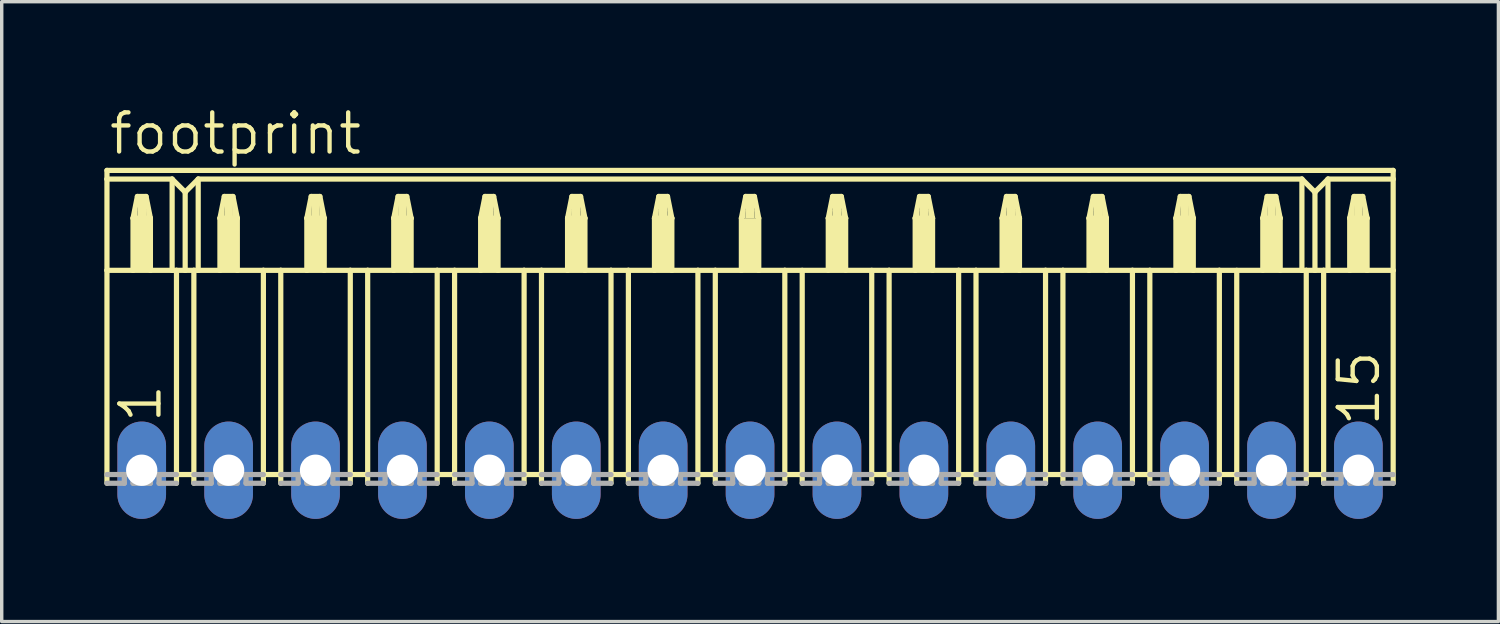
<source format=kicad_pcb>
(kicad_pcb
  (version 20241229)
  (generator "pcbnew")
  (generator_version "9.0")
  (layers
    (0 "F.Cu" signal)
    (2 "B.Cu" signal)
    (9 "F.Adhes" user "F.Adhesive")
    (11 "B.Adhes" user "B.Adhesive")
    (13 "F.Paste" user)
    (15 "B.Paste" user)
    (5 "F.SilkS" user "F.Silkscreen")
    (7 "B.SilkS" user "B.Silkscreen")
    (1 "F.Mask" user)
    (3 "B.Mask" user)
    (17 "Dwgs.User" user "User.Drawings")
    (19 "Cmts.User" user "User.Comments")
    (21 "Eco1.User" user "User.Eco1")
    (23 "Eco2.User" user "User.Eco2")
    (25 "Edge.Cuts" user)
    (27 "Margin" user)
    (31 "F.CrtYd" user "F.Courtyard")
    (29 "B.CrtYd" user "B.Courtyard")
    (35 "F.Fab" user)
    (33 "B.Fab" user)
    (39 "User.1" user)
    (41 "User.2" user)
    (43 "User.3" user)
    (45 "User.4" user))
  (footprint "footprint"
    (layer "F.Cu")
    (at 18.872 10.693)
    (property "Reference" "footprint" (at -18.796 -9.169 0) (layer "F.SilkS") (effects (font (size 1.143 1.143) (thickness 0.127)) (justify left bottom)))
    (fp_line (start -18.796 -8.763) (end -18.796 -8.509) (stroke (width 0.152) (type solid)) (layer "F.SilkS"))
    (fp_line (start -18.796 -8.763) (end 18.796 -8.763) (stroke (width 0.152) (type solid)) (layer "F.SilkS"))
    (fp_line (start -18.796 -8.509) (end -18.796 -5.842) (stroke (width 0.152) (type solid)) (layer "F.SilkS"))
    (fp_line (start -18.796 -8.509) (end -16.891 -8.509) (stroke (width 0.152) (type solid)) (layer "F.SilkS"))
    (fp_line (start -18.796 -5.842) (end -18.796 0.381) (stroke (width 0.152) (type solid)) (layer "F.SilkS"))
    (fp_line (start -18.796 -5.842) (end -18.034 -5.842) (stroke (width 0.152) (type solid)) (layer "F.SilkS"))
    (fp_line (start -18.034 -7.366) (end -18.034 -5.842) (stroke (width 0.152) (type solid)) (layer "F.SilkS"))
    (fp_line (start -18.034 -7.366) (end -17.907 -8.001) (stroke (width 0.152) (type solid)) (layer "F.SilkS"))
    (fp_line (start -18.034 -5.842) (end -17.526 -5.842) (stroke (width 0.152) (type solid)) (layer "F.SilkS"))
    (fp_line (start -17.907 -8.001) (end -17.653 -8.001) (stroke (width 0.152) (type solid)) (layer "F.SilkS"))
    (fp_line (start -17.653 -8.001) (end -17.526 -7.366) (stroke (width 0.152) (type solid)) (layer "F.SilkS"))
    (fp_line (start -17.526 -7.366) (end -18.034 -7.366) (stroke (width 0.152) (type solid)) (layer "F.SilkS"))
    (fp_line (start -17.526 -7.366) (end -17.526 -5.842) (stroke (width 0.152) (type solid)) (layer "F.SilkS"))
    (fp_line (start -17.526 -5.842) (end -16.891 -5.842) (stroke (width 0.152) (type solid)) (layer "F.SilkS"))
    (fp_line (start -16.891 -8.509) (end -16.891 -5.842) (stroke (width 0.152) (type solid)) (layer "F.SilkS"))
    (fp_line (start -16.891 -8.509) (end -16.51 -8.128) (stroke (width 0.152) (type solid)) (layer "F.SilkS"))
    (fp_line (start -16.891 -5.842) (end -16.764 -5.842) (stroke (width 0.152) (type solid)) (layer "F.SilkS"))
    (fp_line (start -16.764 -5.842) (end -16.764 0.127) (stroke (width 0.152) (type solid)) (layer "F.SilkS"))
    (fp_line (start -16.764 -5.842) (end -16.51 -5.842) (stroke (width 0.152) (type solid)) (layer "F.SilkS"))
    (fp_line (start -16.764 0.127) (end -16.764 0.381) (stroke (width 0.152) (type solid)) (layer "F.SilkS"))
    (fp_line (start -16.51 -8.128) (end -16.51 -5.842) (stroke (width 0.152) (type solid)) (layer "F.SilkS"))
    (fp_line (start -16.51 -8.128) (end -16.129 -8.509) (stroke (width 0.152) (type solid)) (layer "F.SilkS"))
    (fp_line (start -16.51 -5.842) (end -16.256 -5.842) (stroke (width 0.152) (type solid)) (layer "F.SilkS"))
    (fp_line (start -16.256 -5.842) (end -16.256 0.127) (stroke (width 0.152) (type solid)) (layer "F.SilkS"))
    (fp_line (start -16.256 -5.842) (end -16.129 -5.842) (stroke (width 0.152) (type solid)) (layer "F.SilkS"))
    (fp_line (start -16.256 0.127) (end -16.764 0.127) (stroke (width 0.152) (type solid)) (layer "F.SilkS"))
    (fp_line (start -16.256 0.127) (end -16.256 0.381) (stroke (width 0.152) (type solid)) (layer "F.SilkS"))
    (fp_line (start -16.129 -8.509) (end -16.129 -5.842) (stroke (width 0.152) (type solid)) (layer "F.SilkS"))
    (fp_line (start -16.129 -8.509) (end 16.129 -8.509) (stroke (width 0.152) (type solid)) (layer "F.SilkS"))
    (fp_line (start -16.129 -5.842) (end -15.494 -5.842) (stroke (width 0.152) (type solid)) (layer "F.SilkS"))
    (fp_line (start -15.494 -7.366) (end -15.494 -5.842) (stroke (width 0.152) (type solid)) (layer "F.SilkS"))
    (fp_line (start -15.494 -7.366) (end -15.367 -8.001) (stroke (width 0.152) (type solid)) (layer "F.SilkS"))
    (fp_line (start -15.494 -5.842) (end -14.986 -5.842) (stroke (width 0.152) (type solid)) (layer "F.SilkS"))
    (fp_line (start -15.367 -8.001) (end -15.113 -8.001) (stroke (width 0.152) (type solid)) (layer "F.SilkS"))
    (fp_line (start -15.113 -8.001) (end -14.986 -7.366) (stroke (width 0.152) (type solid)) (layer "F.SilkS"))
    (fp_line (start -14.986 -7.366) (end -15.494 -7.366) (stroke (width 0.152) (type solid)) (layer "F.SilkS"))
    (fp_line (start -14.986 -7.366) (end -14.986 -5.842) (stroke (width 0.152) (type solid)) (layer "F.SilkS"))
    (fp_line (start -14.986 -5.842) (end -14.224 -5.842) (stroke (width 0.152) (type solid)) (layer "F.SilkS"))
    (fp_line (start -14.224 -5.842) (end -14.224 0.127) (stroke (width 0.152) (type solid)) (layer "F.SilkS"))
    (fp_line (start -14.224 -5.842) (end -13.716 -5.842) (stroke (width 0.152) (type solid)) (layer "F.SilkS"))
    (fp_line (start -14.224 0.127) (end -14.224 0.381) (stroke (width 0.152) (type solid)) (layer "F.SilkS"))
    (fp_line (start -13.716 -5.842) (end -13.716 0.127) (stroke (width 0.152) (type solid)) (layer "F.SilkS"))
    (fp_line (start -13.716 -5.842) (end -12.954 -5.842) (stroke (width 0.152) (type solid)) (layer "F.SilkS"))
    (fp_line (start -13.716 0.127) (end -14.224 0.127) (stroke (width 0.152) (type solid)) (layer "F.SilkS"))
    (fp_line (start -13.716 0.127) (end -13.716 0.381) (stroke (width 0.152) (type solid)) (layer "F.SilkS"))
    (fp_line (start -12.954 -7.366) (end -12.954 -5.842) (stroke (width 0.152) (type solid)) (layer "F.SilkS"))
    (fp_line (start -12.954 -7.366) (end -12.827 -8.001) (stroke (width 0.152) (type solid)) (layer "F.SilkS"))
    (fp_line (start -12.954 -5.842) (end -12.446 -5.842) (stroke (width 0.152) (type solid)) (layer "F.SilkS"))
    (fp_line (start -12.827 -8.001) (end -12.573 -8.001) (stroke (width 0.152) (type solid)) (layer "F.SilkS"))
    (fp_line (start -12.573 -8.001) (end -12.446 -7.366) (stroke (width 0.152) (type solid)) (layer "F.SilkS"))
    (fp_line (start -12.446 -7.366) (end -12.954 -7.366) (stroke (width 0.152) (type solid)) (layer "F.SilkS"))
    (fp_line (start -12.446 -7.366) (end -12.446 -5.842) (stroke (width 0.152) (type solid)) (layer "F.SilkS"))
    (fp_line (start -12.446 -5.842) (end -11.684 -5.842) (stroke (width 0.152) (type solid)) (layer "F.SilkS"))
    (fp_line (start -11.684 -5.842) (end -11.684 0.127) (stroke (width 0.152) (type solid)) (layer "F.SilkS"))
    (fp_line (start -11.684 -5.842) (end -11.176 -5.842) (stroke (width 0.152) (type solid)) (layer "F.SilkS"))
    (fp_line (start -11.684 0.127) (end -11.684 0.381) (stroke (width 0.152) (type solid)) (layer "F.SilkS"))
    (fp_line (start -11.176 -5.842) (end -11.176 0.127) (stroke (width 0.152) (type solid)) (layer "F.SilkS"))
    (fp_line (start -11.176 -5.842) (end -10.414 -5.842) (stroke (width 0.152) (type solid)) (layer "F.SilkS"))
    (fp_line (start -11.176 0.127) (end -11.684 0.127) (stroke (width 0.152) (type solid)) (layer "F.SilkS"))
    (fp_line (start -11.176 0.127) (end -11.176 0.381) (stroke (width 0.152) (type solid)) (layer "F.SilkS"))
    (fp_line (start -10.414 -7.366) (end -10.414 -5.842) (stroke (width 0.152) (type solid)) (layer "F.SilkS"))
    (fp_line (start -10.414 -7.366) (end -10.287 -8.001) (stroke (width 0.152) (type solid)) (layer "F.SilkS"))
    (fp_line (start -10.414 -5.842) (end -9.906 -5.842) (stroke (width 0.152) (type solid)) (layer "F.SilkS"))
    (fp_line (start -10.287 -8.001) (end -10.033 -8.001) (stroke (width 0.152) (type solid)) (layer "F.SilkS"))
    (fp_line (start -10.033 -8.001) (end -9.906 -7.366) (stroke (width 0.152) (type solid)) (layer "F.SilkS"))
    (fp_line (start -9.906 -7.366) (end -10.414 -7.366) (stroke (width 0.152) (type solid)) (layer "F.SilkS"))
    (fp_line (start -9.906 -7.366) (end -9.906 -5.842) (stroke (width 0.152) (type solid)) (layer "F.SilkS"))
    (fp_line (start -9.906 -5.842) (end -9.144 -5.842) (stroke (width 0.152) (type solid)) (layer "F.SilkS"))
    (fp_line (start -9.144 -5.842) (end -9.144 0.127) (stroke (width 0.152) (type solid)) (layer "F.SilkS"))
    (fp_line (start -9.144 -5.842) (end -8.636 -5.842) (stroke (width 0.152) (type solid)) (layer "F.SilkS"))
    (fp_line (start -9.144 0.127) (end -9.144 0.381) (stroke (width 0.152) (type solid)) (layer "F.SilkS"))
    (fp_line (start -8.636 -5.842) (end -8.636 0.127) (stroke (width 0.152) (type solid)) (layer "F.SilkS"))
    (fp_line (start -8.636 -5.842) (end -7.874 -5.842) (stroke (width 0.152) (type solid)) (layer "F.SilkS"))
    (fp_line (start -8.636 0.127) (end -9.144 0.127) (stroke (width 0.152) (type solid)) (layer "F.SilkS"))
    (fp_line (start -8.636 0.127) (end -8.636 0.381) (stroke (width 0.152) (type solid)) (layer "F.SilkS"))
    (fp_line (start -7.874 -7.366) (end -7.874 -5.842) (stroke (width 0.152) (type solid)) (layer "F.SilkS"))
    (fp_line (start -7.874 -7.366) (end -7.747 -8.001) (stroke (width 0.152) (type solid)) (layer "F.SilkS"))
    (fp_line (start -7.874 -5.842) (end -7.366 -5.842) (stroke (width 0.152) (type solid)) (layer "F.SilkS"))
    (fp_line (start -7.747 -8.001) (end -7.493 -8.001) (stroke (width 0.152) (type solid)) (layer "F.SilkS"))
    (fp_line (start -7.493 -8.001) (end -7.366 -7.366) (stroke (width 0.152) (type solid)) (layer "F.SilkS"))
    (fp_line (start -7.366 -7.366) (end -7.874 -7.366) (stroke (width 0.152) (type solid)) (layer "F.SilkS"))
    (fp_line (start -7.366 -7.366) (end -7.366 -5.842) (stroke (width 0.152) (type solid)) (layer "F.SilkS"))
    (fp_line (start -7.366 -5.842) (end -6.604 -5.842) (stroke (width 0.152) (type solid)) (layer "F.SilkS"))
    (fp_line (start -6.604 -5.842) (end -6.604 0.127) (stroke (width 0.152) (type solid)) (layer "F.SilkS"))
    (fp_line (start -6.604 -5.842) (end -6.096 -5.842) (stroke (width 0.152) (type solid)) (layer "F.SilkS"))
    (fp_line (start -6.604 0.127) (end -6.604 0.381) (stroke (width 0.152) (type solid)) (layer "F.SilkS"))
    (fp_line (start -6.096 -5.842) (end -6.096 0.127) (stroke (width 0.152) (type solid)) (layer "F.SilkS"))
    (fp_line (start -6.096 -5.842) (end -5.334 -5.842) (stroke (width 0.152) (type solid)) (layer "F.SilkS"))
    (fp_line (start -6.096 0.127) (end -6.604 0.127) (stroke (width 0.152) (type solid)) (layer "F.SilkS"))
    (fp_line (start -6.096 0.127) (end -6.096 0.381) (stroke (width 0.152) (type solid)) (layer "F.SilkS"))
    (fp_line (start -5.334 -7.366) (end -5.334 -5.842) (stroke (width 0.152) (type solid)) (layer "F.SilkS"))
    (fp_line (start -5.334 -7.366) (end -5.207 -8.001) (stroke (width 0.152) (type solid)) (layer "F.SilkS"))
    (fp_line (start -5.334 -5.842) (end -4.826 -5.842) (stroke (width 0.152) (type solid)) (layer "F.SilkS"))
    (fp_line (start -5.207 -8.001) (end -4.953 -8.001) (stroke (width 0.152) (type solid)) (layer "F.SilkS"))
    (fp_line (start -4.953 -8.001) (end -4.826 -7.366) (stroke (width 0.152) (type solid)) (layer "F.SilkS"))
    (fp_line (start -4.826 -7.366) (end -5.334 -7.366) (stroke (width 0.152) (type solid)) (layer "F.SilkS"))
    (fp_line (start -4.826 -7.366) (end -4.826 -5.842) (stroke (width 0.152) (type solid)) (layer "F.SilkS"))
    (fp_line (start -4.826 -5.842) (end -4.064 -5.842) (stroke (width 0.152) (type solid)) (layer "F.SilkS"))
    (fp_line (start -4.064 -5.842) (end -4.064 0.127) (stroke (width 0.152) (type solid)) (layer "F.SilkS"))
    (fp_line (start -4.064 -5.842) (end -3.556 -5.842) (stroke (width 0.152) (type solid)) (layer "F.SilkS"))
    (fp_line (start -4.064 0.127) (end -4.064 0.381) (stroke (width 0.152) (type solid)) (layer "F.SilkS"))
    (fp_line (start -3.556 -5.842) (end -3.556 0.127) (stroke (width 0.152) (type solid)) (layer "F.SilkS"))
    (fp_line (start -3.556 -5.842) (end -2.794 -5.842) (stroke (width 0.152) (type solid)) (layer "F.SilkS"))
    (fp_line (start -3.556 0.127) (end -4.064 0.127) (stroke (width 0.152) (type solid)) (layer "F.SilkS"))
    (fp_line (start -3.556 0.127) (end -3.556 0.381) (stroke (width 0.152) (type solid)) (layer "F.SilkS"))
    (fp_line (start -2.794 -7.366) (end -2.794 -5.842) (stroke (width 0.152) (type solid)) (layer "F.SilkS"))
    (fp_line (start -2.794 -7.366) (end -2.667 -8.001) (stroke (width 0.152) (type solid)) (layer "F.SilkS"))
    (fp_line (start -2.794 -5.842) (end -2.286 -5.842) (stroke (width 0.152) (type solid)) (layer "F.SilkS"))
    (fp_line (start -2.667 -8.001) (end -2.413 -8.001) (stroke (width 0.152) (type solid)) (layer "F.SilkS"))
    (fp_line (start -2.413 -8.001) (end -2.286 -7.366) (stroke (width 0.152) (type solid)) (layer "F.SilkS"))
    (fp_line (start -2.286 -7.366) (end -2.794 -7.366) (stroke (width 0.152) (type solid)) (layer "F.SilkS"))
    (fp_line (start -2.286 -7.366) (end -2.286 -5.842) (stroke (width 0.152) (type solid)) (layer "F.SilkS"))
    (fp_line (start -2.286 -5.842) (end -1.524 -5.842) (stroke (width 0.152) (type solid)) (layer "F.SilkS"))
    (fp_line (start -1.524 -5.842) (end -1.524 0.127) (stroke (width 0.152) (type solid)) (layer "F.SilkS"))
    (fp_line (start -1.524 -5.842) (end -1.016 -5.842) (stroke (width 0.152) (type solid)) (layer "F.SilkS"))
    (fp_line (start -1.524 0.127) (end -1.524 0.381) (stroke (width 0.152) (type solid)) (layer "F.SilkS"))
    (fp_line (start -1.016 -5.842) (end -1.016 0.127) (stroke (width 0.152) (type solid)) (layer "F.SilkS"))
    (fp_line (start -1.016 -5.842) (end -0.254 -5.842) (stroke (width 0.152) (type solid)) (layer "F.SilkS"))
    (fp_line (start -1.016 0.127) (end -1.524 0.127) (stroke (width 0.152) (type solid)) (layer "F.SilkS"))
    (fp_line (start -1.016 0.127) (end -1.016 0.381) (stroke (width 0.152) (type solid)) (layer "F.SilkS"))
    (fp_line (start -0.254 -7.366) (end -0.254 -5.842) (stroke (width 0.152) (type solid)) (layer "F.SilkS"))
    (fp_line (start -0.254 -7.366) (end -0.127 -8.001) (stroke (width 0.152) (type solid)) (layer "F.SilkS"))
    (fp_line (start -0.254 -5.842) (end 0.254 -5.842) (stroke (width 0.152) (type solid)) (layer "F.SilkS"))
    (fp_line (start -0.127 -8.001) (end 0.127 -8.001) (stroke (width 0.152) (type solid)) (layer "F.SilkS"))
    (fp_line (start 0.127 -8.001) (end 0.254 -7.366) (stroke (width 0.152) (type solid)) (layer "F.SilkS"))
    (fp_line (start 0.254 -7.366) (end 0.254 -5.842) (stroke (width 0.152) (type solid)) (layer "F.SilkS"))
    (fp_line (start 0.254 -5.842) (end 1.016 -5.842) (stroke (width 0.152) (type solid)) (layer "F.SilkS"))
    (fp_line (start 1.016 -5.842) (end 1.016 0.127) (stroke (width 0.152) (type solid)) (layer "F.SilkS"))
    (fp_line (start 1.016 -5.842) (end 4.064 -5.842) (stroke (width 0.152) (type solid)) (layer "F.SilkS"))
    (fp_line (start 1.016 0.127) (end 1.016 0.381) (stroke (width 0.152) (type solid)) (layer "F.SilkS"))
    (fp_line (start 1.524 -5.842) (end 1.524 0.127) (stroke (width 0.152) (type solid)) (layer "F.SilkS"))
    (fp_line (start 1.524 0.127) (end 1.016 0.127) (stroke (width 0.152) (type solid)) (layer "F.SilkS"))
    (fp_line (start 1.524 0.127) (end 1.524 0.381) (stroke (width 0.152) (type solid)) (layer "F.SilkS"))
    (fp_line (start 2.286 -7.366) (end 2.286 -5.842) (stroke (width 0.152) (type solid)) (layer "F.SilkS"))
    (fp_line (start 2.286 -7.366) (end 2.413 -8.001) (stroke (width 0.152) (type solid)) (layer "F.SilkS"))
    (fp_line (start 2.413 -8.001) (end 2.667 -8.001) (stroke (width 0.152) (type solid)) (layer "F.SilkS"))
    (fp_line (start 2.667 -8.001) (end 2.794 -7.366) (stroke (width 0.152) (type solid)) (layer "F.SilkS"))
    (fp_line (start 2.794 -7.366) (end 2.286 -7.366) (stroke (width 0.152) (type solid)) (layer "F.SilkS"))
    (fp_line (start 2.794 -7.366) (end 2.794 -5.842) (stroke (width 0.152) (type solid)) (layer "F.SilkS"))
    (fp_line (start 3.556 -5.842) (end 3.556 0.127) (stroke (width 0.152) (type solid)) (layer "F.SilkS"))
    (fp_line (start 3.556 0.127) (end 3.556 0.381) (stroke (width 0.152) (type solid)) (layer "F.SilkS"))
    (fp_line (start 4.064 -5.842) (end 4.064 0.127) (stroke (width 0.152) (type solid)) (layer "F.SilkS"))
    (fp_line (start 4.064 -5.842) (end 4.826 -5.842) (stroke (width 0.152) (type solid)) (layer "F.SilkS"))
    (fp_line (start 4.064 0.127) (end 3.556 0.127) (stroke (width 0.152) (type solid)) (layer "F.SilkS"))
    (fp_line (start 4.064 0.127) (end 4.064 0.381) (stroke (width 0.152) (type solid)) (layer "F.SilkS"))
    (fp_line (start 4.826 -7.366) (end 4.826 -5.842) (stroke (width 0.152) (type solid)) (layer "F.SilkS"))
    (fp_line (start 4.826 -7.366) (end 4.953 -8.001) (stroke (width 0.152) (type solid)) (layer "F.SilkS"))
    (fp_line (start 4.826 -5.842) (end 5.334 -5.842) (stroke (width 0.152) (type solid)) (layer "F.SilkS"))
    (fp_line (start 4.953 -8.001) (end 5.207 -8.001) (stroke (width 0.152) (type solid)) (layer "F.SilkS"))
    (fp_line (start 5.207 -8.001) (end 5.334 -7.366) (stroke (width 0.152) (type solid)) (layer "F.SilkS"))
    (fp_line (start 5.334 -7.366) (end 4.826 -7.366) (stroke (width 0.152) (type solid)) (layer "F.SilkS"))
    (fp_line (start 5.334 -7.366) (end 5.334 -5.842) (stroke (width 0.152) (type solid)) (layer "F.SilkS"))
    (fp_line (start 5.334 -5.842) (end 6.096 -5.842) (stroke (width 0.152) (type solid)) (layer "F.SilkS"))
    (fp_line (start 6.096 -5.842) (end 6.096 0.127) (stroke (width 0.152) (type solid)) (layer "F.SilkS"))
    (fp_line (start 6.096 -5.842) (end 6.604 -5.842) (stroke (width 0.152) (type solid)) (layer "F.SilkS"))
    (fp_line (start 6.096 0.127) (end 6.096 0.381) (stroke (width 0.152) (type solid)) (layer "F.SilkS"))
    (fp_line (start 6.604 -5.842) (end 6.604 0.127) (stroke (width 0.152) (type solid)) (layer "F.SilkS"))
    (fp_line (start 6.604 -5.842) (end 7.366 -5.842) (stroke (width 0.152) (type solid)) (layer "F.SilkS"))
    (fp_line (start 6.604 0.127) (end 6.096 0.127) (stroke (width 0.152) (type solid)) (layer "F.SilkS"))
    (fp_line (start 6.604 0.127) (end 6.604 0.381) (stroke (width 0.152) (type solid)) (layer "F.SilkS"))
    (fp_line (start 7.366 -7.366) (end 7.366 -5.842) (stroke (width 0.152) (type solid)) (layer "F.SilkS"))
    (fp_line (start 7.366 -7.366) (end 7.493 -8.001) (stroke (width 0.152) (type solid)) (layer "F.SilkS"))
    (fp_line (start 7.366 -5.842) (end 7.874 -5.842) (stroke (width 0.152) (type solid)) (layer "F.SilkS"))
    (fp_line (start 7.493 -8.001) (end 7.747 -8.001) (stroke (width 0.152) (type solid)) (layer "F.SilkS"))
    (fp_line (start 7.747 -8.001) (end 7.874 -7.366) (stroke (width 0.152) (type solid)) (layer "F.SilkS"))
    (fp_line (start 7.874 -7.366) (end 7.366 -7.366) (stroke (width 0.152) (type solid)) (layer "F.SilkS"))
    (fp_line (start 7.874 -7.366) (end 7.874 -5.842) (stroke (width 0.152) (type solid)) (layer "F.SilkS"))
    (fp_line (start 7.874 -5.842) (end 8.636 -5.842) (stroke (width 0.152) (type solid)) (layer "F.SilkS"))
    (fp_line (start 8.636 -5.842) (end 8.636 0.127) (stroke (width 0.152) (type solid)) (layer "F.SilkS"))
    (fp_line (start 8.636 -5.842) (end 9.144 -5.842) (stroke (width 0.152) (type solid)) (layer "F.SilkS"))
    (fp_line (start 8.636 0.127) (end 8.636 0.381) (stroke (width 0.152) (type solid)) (layer "F.SilkS"))
    (fp_line (start 9.144 -5.842) (end 9.144 0.127) (stroke (width 0.152) (type solid)) (layer "F.SilkS"))
    (fp_line (start 9.144 -5.842) (end 9.906 -5.842) (stroke (width 0.152) (type solid)) (layer "F.SilkS"))
    (fp_line (start 9.144 0.127) (end 8.636 0.127) (stroke (width 0.152) (type solid)) (layer "F.SilkS"))
    (fp_line (start 9.144 0.127) (end 9.144 0.381) (stroke (width 0.152) (type solid)) (layer "F.SilkS"))
    (fp_line (start 9.906 -7.366) (end 9.906 -5.842) (stroke (width 0.152) (type solid)) (layer "F.SilkS"))
    (fp_line (start 9.906 -7.366) (end 10.033 -8.001) (stroke (width 0.152) (type solid)) (layer "F.SilkS"))
    (fp_line (start 9.906 -5.842) (end 10.414 -5.842) (stroke (width 0.152) (type solid)) (layer "F.SilkS"))
    (fp_line (start 10.033 -8.001) (end 10.287 -8.001) (stroke (width 0.152) (type solid)) (layer "F.SilkS"))
    (fp_line (start 10.287 -8.001) (end 10.414 -7.366) (stroke (width 0.152) (type solid)) (layer "F.SilkS"))
    (fp_line (start 10.414 -7.366) (end 9.906 -7.366) (stroke (width 0.152) (type solid)) (layer "F.SilkS"))
    (fp_line (start 10.414 -7.366) (end 10.414 -5.842) (stroke (width 0.152) (type solid)) (layer "F.SilkS"))
    (fp_line (start 10.414 -5.842) (end 11.176 -5.842) (stroke (width 0.152) (type solid)) (layer "F.SilkS"))
    (fp_line (start 11.176 -5.842) (end 11.176 0.127) (stroke (width 0.152) (type solid)) (layer "F.SilkS"))
    (fp_line (start 11.176 -5.842) (end 11.684 -5.842) (stroke (width 0.152) (type solid)) (layer "F.SilkS"))
    (fp_line (start 11.176 0.127) (end 11.176 0.381) (stroke (width 0.152) (type solid)) (layer "F.SilkS"))
    (fp_line (start 11.684 -5.842) (end 11.684 0.127) (stroke (width 0.152) (type solid)) (layer "F.SilkS"))
    (fp_line (start 11.684 -5.842) (end 12.446 -5.842) (stroke (width 0.152) (type solid)) (layer "F.SilkS"))
    (fp_line (start 11.684 0.127) (end 11.176 0.127) (stroke (width 0.152) (type solid)) (layer "F.SilkS"))
    (fp_line (start 11.684 0.127) (end 11.684 0.381) (stroke (width 0.152) (type solid)) (layer "F.SilkS"))
    (fp_line (start 12.446 -7.366) (end 12.446 -5.842) (stroke (width 0.152) (type solid)) (layer "F.SilkS"))
    (fp_line (start 12.446 -7.366) (end 12.573 -8.001) (stroke (width 0.152) (type solid)) (layer "F.SilkS"))
    (fp_line (start 12.446 -5.842) (end 12.954 -5.842) (stroke (width 0.152) (type solid)) (layer "F.SilkS"))
    (fp_line (start 12.573 -8.001) (end 12.827 -8.001) (stroke (width 0.152) (type solid)) (layer "F.SilkS"))
    (fp_line (start 12.827 -8.001) (end 12.954 -7.366) (stroke (width 0.152) (type solid)) (layer "F.SilkS"))
    (fp_line (start 12.954 -7.366) (end 12.446 -7.366) (stroke (width 0.152) (type solid)) (layer "F.SilkS"))
    (fp_line (start 12.954 -7.366) (end 12.954 -5.842) (stroke (width 0.152) (type solid)) (layer "F.SilkS"))
    (fp_line (start 12.954 -5.842) (end 13.716 -5.842) (stroke (width 0.152) (type solid)) (layer "F.SilkS"))
    (fp_line (start 13.716 -5.842) (end 13.716 0.127) (stroke (width 0.152) (type solid)) (layer "F.SilkS"))
    (fp_line (start 13.716 -5.842) (end 16.129 -5.842) (stroke (width 0.152) (type solid)) (layer "F.SilkS"))
    (fp_line (start 13.716 0.127) (end 13.716 0.381) (stroke (width 0.152) (type solid)) (layer "F.SilkS"))
    (fp_line (start 14.224 -5.842) (end 14.224 0.127) (stroke (width 0.152) (type solid)) (layer "F.SilkS"))
    (fp_line (start 14.224 0.127) (end 13.716 0.127) (stroke (width 0.152) (type solid)) (layer "F.SilkS"))
    (fp_line (start 14.224 0.127) (end 14.224 0.381) (stroke (width 0.152) (type solid)) (layer "F.SilkS"))
    (fp_line (start 14.986 -7.366) (end 14.986 -5.842) (stroke (width 0.152) (type solid)) (layer "F.SilkS"))
    (fp_line (start 14.986 -7.366) (end 15.113 -8.001) (stroke (width 0.152) (type solid)) (layer "F.SilkS"))
    (fp_line (start 15.113 -8.001) (end 15.367 -8.001) (stroke (width 0.152) (type solid)) (layer "F.SilkS"))
    (fp_line (start 15.367 -8.001) (end 15.494 -7.366) (stroke (width 0.152) (type solid)) (layer "F.SilkS"))
    (fp_line (start 15.494 -7.366) (end 14.986 -7.366) (stroke (width 0.152) (type solid)) (layer "F.SilkS"))
    (fp_line (start 15.494 -7.366) (end 15.494 -5.842) (stroke (width 0.152) (type solid)) (layer "F.SilkS"))
    (fp_line (start 16.129 -8.509) (end 16.129 -5.842) (stroke (width 0.152) (type solid)) (layer "F.SilkS"))
    (fp_line (start 16.129 -8.509) (end 16.51 -8.128) (stroke (width 0.152) (type solid)) (layer "F.SilkS"))
    (fp_line (start 16.129 -5.842) (end 16.256 -5.842) (stroke (width 0.152) (type solid)) (layer "F.SilkS"))
    (fp_line (start 16.256 -5.842) (end 16.256 0.127) (stroke (width 0.152) (type solid)) (layer "F.SilkS"))
    (fp_line (start 16.256 -5.842) (end 16.51 -5.842) (stroke (width 0.152) (type solid)) (layer "F.SilkS"))
    (fp_line (start 16.256 0.127) (end 16.256 0.381) (stroke (width 0.152) (type solid)) (layer "F.SilkS"))
    (fp_line (start 16.51 -8.128) (end 16.51 -5.842) (stroke (width 0.152) (type solid)) (layer "F.SilkS"))
    (fp_line (start 16.51 -8.128) (end 16.891 -8.509) (stroke (width 0.152) (type solid)) (layer "F.SilkS"))
    (fp_line (start 16.51 -5.842) (end 16.764 -5.842) (stroke (width 0.152) (type solid)) (layer "F.SilkS"))
    (fp_line (start 16.764 -5.842) (end 16.764 0.127) (stroke (width 0.152) (type solid)) (layer "F.SilkS"))
    (fp_line (start 16.764 -5.842) (end 16.891 -5.842) (stroke (width 0.152) (type solid)) (layer "F.SilkS"))
    (fp_line (start 16.764 0.127) (end 16.256 0.127) (stroke (width 0.152) (type solid)) (layer "F.SilkS"))
    (fp_line (start 16.764 0.127) (end 16.764 0.381) (stroke (width 0.152) (type solid)) (layer "F.SilkS"))
    (fp_line (start 16.891 -8.509) (end 16.891 -5.842) (stroke (width 0.152) (type solid)) (layer "F.SilkS"))
    (fp_line (start 16.891 -8.509) (end 18.796 -8.509) (stroke (width 0.152) (type solid)) (layer "F.SilkS"))
    (fp_line (start 16.891 -5.842) (end 17.526 -5.842) (stroke (width 0.152) (type solid)) (layer "F.SilkS"))
    (fp_line (start 17.526 -7.366) (end 17.526 -5.842) (stroke (width 0.152) (type solid)) (layer "F.SilkS"))
    (fp_line (start 17.526 -7.366) (end 17.653 -8.001) (stroke (width 0.152) (type solid)) (layer "F.SilkS"))
    (fp_line (start 17.526 -5.842) (end 18.034 -5.842) (stroke (width 0.152) (type solid)) (layer "F.SilkS"))
    (fp_line (start 17.653 -8.001) (end 17.907 -8.001) (stroke (width 0.152) (type solid)) (layer "F.SilkS"))
    (fp_line (start 17.907 -8.001) (end 18.034 -7.366) (stroke (width 0.152) (type solid)) (layer "F.SilkS"))
    (fp_line (start 18.034 -7.366) (end 17.526 -7.366) (stroke (width 0.152) (type solid)) (layer "F.SilkS"))
    (fp_line (start 18.034 -7.366) (end 18.034 -5.842) (stroke (width 0.152) (type solid)) (layer "F.SilkS"))
    (fp_line (start 18.034 -5.842) (end 18.796 -5.842) (stroke (width 0.152) (type solid)) (layer "F.SilkS"))
    (fp_line (start 18.796 -8.509) (end 18.796 -8.763) (stroke (width 0.152) (type solid)) (layer "F.SilkS"))
    (fp_line (start 18.796 -5.842) (end 18.796 -8.509) (stroke (width 0.152) (type solid)) (layer "F.SilkS"))
    (fp_line (start 18.796 -5.842) (end 18.796 0.381) (stroke (width 0.152) (type solid)) (layer "F.SilkS"))
    (fp_poly (pts (xy -18.034 -7.366) (xy -17.907 -7.366) (xy -17.907 -7.62) (xy -18.034 -7.62)) (stroke (width 0) (type solid)) (fill yes) (layer "F.SilkS"))
    (fp_poly (pts (xy -18.034 -5.842) (xy -17.526 -5.842) (xy -17.526 -7.366) (xy -18.034 -7.366)) (stroke (width 0) (type solid)) (fill yes) (layer "F.SilkS"))
    (fp_poly (pts (xy -17.907 -7.366) (xy -17.653 -7.366) (xy -17.653 -8.001) (xy -17.907 -8.001)) (stroke (width 0) (type solid)) (fill yes) (layer "F.SilkS"))
    (fp_poly (pts (xy -17.653 -7.366) (xy -17.526 -7.366) (xy -17.526 -7.62) (xy -17.653 -7.62)) (stroke (width 0) (type solid)) (fill yes) (layer "F.SilkS"))
    (fp_poly (pts (xy -15.494 -7.366) (xy -15.367 -7.366) (xy -15.367 -7.62) (xy -15.494 -7.62)) (stroke (width 0) (type solid)) (fill yes) (layer "F.SilkS"))
    (fp_poly (pts (xy -15.494 -5.842) (xy -14.986 -5.842) (xy -14.986 -7.366) (xy -15.494 -7.366)) (stroke (width 0) (type solid)) (fill yes) (layer "F.SilkS"))
    (fp_poly (pts (xy -15.367 -7.366) (xy -15.113 -7.366) (xy -15.113 -8.001) (xy -15.367 -8.001)) (stroke (width 0) (type solid)) (fill yes) (layer "F.SilkS"))
    (fp_poly (pts (xy -15.113 -7.366) (xy -14.986 -7.366) (xy -14.986 -7.62) (xy -15.113 -7.62)) (stroke (width 0) (type solid)) (fill yes) (layer "F.SilkS"))
    (fp_poly (pts (xy -12.954 -7.366) (xy -12.827 -7.366) (xy -12.827 -7.62) (xy -12.954 -7.62)) (stroke (width 0) (type solid)) (fill yes) (layer "F.SilkS"))
    (fp_poly (pts (xy -12.954 -5.842) (xy -12.446 -5.842) (xy -12.446 -7.366) (xy -12.954 -7.366)) (stroke (width 0) (type solid)) (fill yes) (layer "F.SilkS"))
    (fp_poly (pts (xy -12.827 -7.366) (xy -12.573 -7.366) (xy -12.573 -8.001) (xy -12.827 -8.001)) (stroke (width 0) (type solid)) (fill yes) (layer "F.SilkS"))
    (fp_poly (pts (xy -12.573 -7.366) (xy -12.446 -7.366) (xy -12.446 -7.62) (xy -12.573 -7.62)) (stroke (width 0) (type solid)) (fill yes) (layer "F.SilkS"))
    (fp_poly (pts (xy -10.414 -7.366) (xy -10.287 -7.366) (xy -10.287 -7.62) (xy -10.414 -7.62)) (stroke (width 0) (type solid)) (fill yes) (layer "F.SilkS"))
    (fp_poly (pts (xy -10.414 -5.842) (xy -9.906 -5.842) (xy -9.906 -7.366) (xy -10.414 -7.366)) (stroke (width 0) (type solid)) (fill yes) (layer "F.SilkS"))
    (fp_poly (pts (xy -10.287 -7.366) (xy -10.033 -7.366) (xy -10.033 -8.001) (xy -10.287 -8.001)) (stroke (width 0) (type solid)) (fill yes) (layer "F.SilkS"))
    (fp_poly (pts (xy -10.033 -7.366) (xy -9.906 -7.366) (xy -9.906 -7.62) (xy -10.033 -7.62)) (stroke (width 0) (type solid)) (fill yes) (layer "F.SilkS"))
    (fp_poly (pts (xy -7.874 -7.366) (xy -7.747 -7.366) (xy -7.747 -7.62) (xy -7.874 -7.62)) (stroke (width 0) (type solid)) (fill yes) (layer "F.SilkS"))
    (fp_poly (pts (xy -7.874 -5.842) (xy -7.366 -5.842) (xy -7.366 -7.366) (xy -7.874 -7.366)) (stroke (width 0) (type solid)) (fill yes) (layer "F.SilkS"))
    (fp_poly (pts (xy -7.747 -7.366) (xy -7.493 -7.366) (xy -7.493 -8.001) (xy -7.747 -8.001)) (stroke (width 0) (type solid)) (fill yes) (layer "F.SilkS"))
    (fp_poly (pts (xy -7.493 -7.366) (xy -7.366 -7.366) (xy -7.366 -7.62) (xy -7.493 -7.62)) (stroke (width 0) (type solid)) (fill yes) (layer "F.SilkS"))
    (fp_poly (pts (xy -5.334 -7.366) (xy -5.207 -7.366) (xy -5.207 -7.62) (xy -5.334 -7.62)) (stroke (width 0) (type solid)) (fill yes) (layer "F.SilkS"))
    (fp_poly (pts (xy -5.334 -5.842) (xy -4.826 -5.842) (xy -4.826 -7.366) (xy -5.334 -7.366)) (stroke (width 0) (type solid)) (fill yes) (layer "F.SilkS"))
    (fp_poly (pts (xy -5.207 -7.366) (xy -4.953 -7.366) (xy -4.953 -8.001) (xy -5.207 -8.001)) (stroke (width 0) (type solid)) (fill yes) (layer "F.SilkS"))
    (fp_poly (pts (xy -4.953 -7.366) (xy -4.826 -7.366) (xy -4.826 -7.62) (xy -4.953 -7.62)) (stroke (width 0) (type solid)) (fill yes) (layer "F.SilkS"))
    (fp_poly (pts (xy -2.794 -7.366) (xy -2.667 -7.366) (xy -2.667 -7.62) (xy -2.794 -7.62)) (stroke (width 0) (type solid)) (fill yes) (layer "F.SilkS"))
    (fp_poly (pts (xy -2.794 -5.842) (xy -2.286 -5.842) (xy -2.286 -7.366) (xy -2.794 -7.366)) (stroke (width 0) (type solid)) (fill yes) (layer "F.SilkS"))
    (fp_poly (pts (xy -2.667 -7.366) (xy -2.413 -7.366) (xy -2.413 -8.001) (xy -2.667 -8.001)) (stroke (width 0) (type solid)) (fill yes) (layer "F.SilkS"))
    (fp_poly (pts (xy -2.413 -7.366) (xy -2.286 -7.366) (xy -2.286 -7.62) (xy -2.413 -7.62)) (stroke (width 0) (type solid)) (fill yes) (layer "F.SilkS"))
    (fp_poly (pts (xy -0.254 -7.366) (xy -0.127 -7.366) (xy -0.127 -7.62) (xy -0.254 -7.62)) (stroke (width 0) (type solid)) (fill yes) (layer "F.SilkS"))
    (fp_poly (pts (xy -0.254 -5.842) (xy 0.254 -5.842) (xy 0.254 -7.366) (xy -0.254 -7.366)) (stroke (width 0) (type solid)) (fill yes) (layer "F.SilkS"))
    (fp_poly (pts (xy -0.127 -7.366) (xy 0.127 -7.366) (xy 0.127 -8.001) (xy -0.127 -8.001)) (stroke (width 0) (type solid)) (fill yes) (layer "F.SilkS"))
    (fp_poly (pts (xy 0.127 -7.366) (xy 0.254 -7.366) (xy 0.254 -7.62) (xy 0.127 -7.62)) (stroke (width 0) (type solid)) (fill yes) (layer "F.SilkS"))
    (fp_poly (pts (xy 2.286 -7.366) (xy 2.413 -7.366) (xy 2.413 -7.62) (xy 2.286 -7.62)) (stroke (width 0) (type solid)) (fill yes) (layer "F.SilkS"))
    (fp_poly (pts (xy 2.286 -5.842) (xy 2.794 -5.842) (xy 2.794 -7.366) (xy 2.286 -7.366)) (stroke (width 0) (type solid)) (fill yes) (layer "F.SilkS"))
    (fp_poly (pts (xy 2.413 -7.366) (xy 2.667 -7.366) (xy 2.667 -8.001) (xy 2.413 -8.001)) (stroke (width 0) (type solid)) (fill yes) (layer "F.SilkS"))
    (fp_poly (pts (xy 2.667 -7.366) (xy 2.794 -7.366) (xy 2.794 -7.62) (xy 2.667 -7.62)) (stroke (width 0) (type solid)) (fill yes) (layer "F.SilkS"))
    (fp_poly (pts (xy 4.826 -7.366) (xy 4.953 -7.366) (xy 4.953 -7.62) (xy 4.826 -7.62)) (stroke (width 0) (type solid)) (fill yes) (layer "F.SilkS"))
    (fp_poly (pts (xy 4.826 -5.842) (xy 5.334 -5.842) (xy 5.334 -7.366) (xy 4.826 -7.366)) (stroke (width 0) (type solid)) (fill yes) (layer "F.SilkS"))
    (fp_poly (pts (xy 4.953 -7.366) (xy 5.207 -7.366) (xy 5.207 -8.001) (xy 4.953 -8.001)) (stroke (width 0) (type solid)) (fill yes) (layer "F.SilkS"))
    (fp_poly (pts (xy 5.207 -7.366) (xy 5.334 -7.366) (xy 5.334 -7.62) (xy 5.207 -7.62)) (stroke (width 0) (type solid)) (fill yes) (layer "F.SilkS"))
    (fp_poly (pts (xy 7.366 -7.366) (xy 7.493 -7.366) (xy 7.493 -7.62) (xy 7.366 -7.62)) (stroke (width 0) (type solid)) (fill yes) (layer "F.SilkS"))
    (fp_poly (pts (xy 7.366 -5.842) (xy 7.874 -5.842) (xy 7.874 -7.366) (xy 7.366 -7.366)) (stroke (width 0) (type solid)) (fill yes) (layer "F.SilkS"))
    (fp_poly (pts (xy 7.493 -7.366) (xy 7.747 -7.366) (xy 7.747 -8.001) (xy 7.493 -8.001)) (stroke (width 0) (type solid)) (fill yes) (layer "F.SilkS"))
    (fp_poly (pts (xy 7.747 -7.366) (xy 7.874 -7.366) (xy 7.874 -7.62) (xy 7.747 -7.62)) (stroke (width 0) (type solid)) (fill yes) (layer "F.SilkS"))
    (fp_poly (pts (xy 9.906 -7.366) (xy 10.033 -7.366) (xy 10.033 -7.62) (xy 9.906 -7.62)) (stroke (width 0) (type solid)) (fill yes) (layer "F.SilkS"))
    (fp_poly (pts (xy 9.906 -5.842) (xy 10.414 -5.842) (xy 10.414 -7.366) (xy 9.906 -7.366)) (stroke (width 0) (type solid)) (fill yes) (layer "F.SilkS"))
    (fp_poly (pts (xy 10.033 -7.366) (xy 10.287 -7.366) (xy 10.287 -8.001) (xy 10.033 -8.001)) (stroke (width 0) (type solid)) (fill yes) (layer "F.SilkS"))
    (fp_poly (pts (xy 10.287 -7.366) (xy 10.414 -7.366) (xy 10.414 -7.62) (xy 10.287 -7.62)) (stroke (width 0) (type solid)) (fill yes) (layer "F.SilkS"))
    (fp_poly (pts (xy 12.446 -7.366) (xy 12.573 -7.366) (xy 12.573 -7.62) (xy 12.446 -7.62)) (stroke (width 0) (type solid)) (fill yes) (layer "F.SilkS"))
    (fp_poly (pts (xy 12.446 -5.842) (xy 12.954 -5.842) (xy 12.954 -7.366) (xy 12.446 -7.366)) (stroke (width 0) (type solid)) (fill yes) (layer "F.SilkS"))
    (fp_poly (pts (xy 12.573 -7.366) (xy 12.827 -7.366) (xy 12.827 -8.001) (xy 12.573 -8.001)) (stroke (width 0) (type solid)) (fill yes) (layer "F.SilkS"))
    (fp_poly (pts (xy 12.827 -7.366) (xy 12.954 -7.366) (xy 12.954 -7.62) (xy 12.827 -7.62)) (stroke (width 0) (type solid)) (fill yes) (layer "F.SilkS"))
    (fp_poly (pts (xy 14.986 -7.366) (xy 15.113 -7.366) (xy 15.113 -7.62) (xy 14.986 -7.62)) (stroke (width 0) (type solid)) (fill yes) (layer "F.SilkS"))
    (fp_poly (pts (xy 14.986 -5.842) (xy 15.494 -5.842) (xy 15.494 -7.366) (xy 14.986 -7.366)) (stroke (width 0) (type solid)) (fill yes) (layer "F.SilkS"))
    (fp_poly (pts (xy 15.113 -7.366) (xy 15.367 -7.366) (xy 15.367 -8.001) (xy 15.113 -8.001)) (stroke (width 0) (type solid)) (fill yes) (layer "F.SilkS"))
    (fp_poly (pts (xy 15.367 -7.366) (xy 15.494 -7.366) (xy 15.494 -7.62) (xy 15.367 -7.62)) (stroke (width 0) (type solid)) (fill yes) (layer "F.SilkS"))
    (fp_poly (pts (xy 17.526 -7.366) (xy 17.653 -7.366) (xy 17.653 -7.62) (xy 17.526 -7.62)) (stroke (width 0) (type solid)) (fill yes) (layer "F.SilkS"))
    (fp_poly (pts (xy 17.526 -5.842) (xy 18.034 -5.842) (xy 18.034 -7.366) (xy 17.526 -7.366)) (stroke (width 0) (type solid)) (fill yes) (layer "F.SilkS"))
    (fp_poly (pts (xy 17.653 -7.366) (xy 17.907 -7.366) (xy 17.907 -8.001) (xy 17.653 -8.001)) (stroke (width 0) (type solid)) (fill yes) (layer "F.SilkS"))
    (fp_poly (pts (xy 17.907 -7.366) (xy 18.034 -7.366) (xy 18.034 -7.62) (xy 17.907 -7.62)) (stroke (width 0) (type solid)) (fill yes) (layer "F.SilkS"))
    (fp_line (start -18.796 0.127) (end -18.288 0.127) (stroke (width 0.152) (type solid)) (layer "F.Fab"))
    (fp_line (start -18.288 0.381) (end -18.796 0.381) (stroke (width 0.152) (type solid)) (layer "F.Fab"))
    (fp_line (start -18.288 0.381) (end -18.288 0.127) (stroke (width 0.152) (type solid)) (layer "F.Fab"))
    (fp_line (start -18.034 0.127) (end -18.288 0.127) (stroke (width 0.152) (type solid)) (layer "F.Fab"))
    (fp_line (start -18.034 0.381) (end -18.034 0.127) (stroke (width 0.152) (type solid)) (layer "F.Fab"))
    (fp_line (start -17.526 0.381) (end -18.034 0.381) (stroke (width 0.152) (type solid)) (layer "F.Fab"))
    (fp_line (start -17.526 0.381) (end -17.526 0.127) (stroke (width 0.152) (type solid)) (layer "F.Fab"))
    (fp_line (start -17.272 0.127) (end -17.526 0.127) (stroke (width 0.152) (type solid)) (layer "F.Fab"))
    (fp_line (start -17.272 0.381) (end -17.272 0.127) (stroke (width 0.152) (type solid)) (layer "F.Fab"))
    (fp_line (start -16.764 0.127) (end -17.272 0.127) (stroke (width 0.152) (type solid)) (layer "F.Fab"))
    (fp_line (start -16.764 0.381) (end -17.272 0.381) (stroke (width 0.152) (type solid)) (layer "F.Fab"))
    (fp_line (start -16.256 0.127) (end -15.748 0.127) (stroke (width 0.152) (type solid)) (layer "F.Fab"))
    (fp_line (start -15.748 0.381) (end -16.256 0.381) (stroke (width 0.152) (type solid)) (layer "F.Fab"))
    (fp_line (start -15.748 0.381) (end -15.748 0.127) (stroke (width 0.152) (type solid)) (layer "F.Fab"))
    (fp_line (start -15.494 0.127) (end -15.748 0.127) (stroke (width 0.152) (type solid)) (layer "F.Fab"))
    (fp_line (start -15.494 0.381) (end -15.494 0.127) (stroke (width 0.152) (type solid)) (layer "F.Fab"))
    (fp_line (start -14.986 0.381) (end -15.494 0.381) (stroke (width 0.152) (type solid)) (layer "F.Fab"))
    (fp_line (start -14.986 0.381) (end -14.986 0.127) (stroke (width 0.152) (type solid)) (layer "F.Fab"))
    (fp_line (start -14.732 0.127) (end -14.986 0.127) (stroke (width 0.152) (type solid)) (layer "F.Fab"))
    (fp_line (start -14.732 0.381) (end -14.732 0.127) (stroke (width 0.152) (type solid)) (layer "F.Fab"))
    (fp_line (start -14.224 0.127) (end -14.732 0.127) (stroke (width 0.152) (type solid)) (layer "F.Fab"))
    (fp_line (start -14.224 0.381) (end -14.732 0.381) (stroke (width 0.152) (type solid)) (layer "F.Fab"))
    (fp_line (start -13.716 0.127) (end -13.208 0.127) (stroke (width 0.152) (type solid)) (layer "F.Fab"))
    (fp_line (start -13.208 0.381) (end -13.716 0.381) (stroke (width 0.152) (type solid)) (layer "F.Fab"))
    (fp_line (start -13.208 0.381) (end -13.208 0.127) (stroke (width 0.152) (type solid)) (layer "F.Fab"))
    (fp_line (start -12.954 0.127) (end -13.208 0.127) (stroke (width 0.152) (type solid)) (layer "F.Fab"))
    (fp_line (start -12.954 0.381) (end -12.954 0.127) (stroke (width 0.152) (type solid)) (layer "F.Fab"))
    (fp_line (start -12.446 0.381) (end -12.954 0.381) (stroke (width 0.152) (type solid)) (layer "F.Fab"))
    (fp_line (start -12.446 0.381) (end -12.446 0.127) (stroke (width 0.152) (type solid)) (layer "F.Fab"))
    (fp_line (start -12.192 0.127) (end -12.446 0.127) (stroke (width 0.152) (type solid)) (layer "F.Fab"))
    (fp_line (start -12.192 0.381) (end -12.192 0.127) (stroke (width 0.152) (type solid)) (layer "F.Fab"))
    (fp_line (start -11.684 0.127) (end -12.192 0.127) (stroke (width 0.152) (type solid)) (layer "F.Fab"))
    (fp_line (start -11.684 0.381) (end -12.192 0.381) (stroke (width 0.152) (type solid)) (layer "F.Fab"))
    (fp_line (start -11.176 0.127) (end -10.668 0.127) (stroke (width 0.152) (type solid)) (layer "F.Fab"))
    (fp_line (start -10.668 0.381) (end -11.176 0.381) (stroke (width 0.152) (type solid)) (layer "F.Fab"))
    (fp_line (start -10.668 0.381) (end -10.668 0.127) (stroke (width 0.152) (type solid)) (layer "F.Fab"))
    (fp_line (start -10.414 0.127) (end -10.668 0.127) (stroke (width 0.152) (type solid)) (layer "F.Fab"))
    (fp_line (start -10.414 0.381) (end -10.414 0.127) (stroke (width 0.152) (type solid)) (layer "F.Fab"))
    (fp_line (start -9.906 0.381) (end -10.414 0.381) (stroke (width 0.152) (type solid)) (layer "F.Fab"))
    (fp_line (start -9.906 0.381) (end -9.906 0.127) (stroke (width 0.152) (type solid)) (layer "F.Fab"))
    (fp_line (start -9.652 0.127) (end -9.906 0.127) (stroke (width 0.152) (type solid)) (layer "F.Fab"))
    (fp_line (start -9.652 0.381) (end -9.652 0.127) (stroke (width 0.152) (type solid)) (layer "F.Fab"))
    (fp_line (start -9.144 0.127) (end -9.652 0.127) (stroke (width 0.152) (type solid)) (layer "F.Fab"))
    (fp_line (start -9.144 0.381) (end -9.652 0.381) (stroke (width 0.152) (type solid)) (layer "F.Fab"))
    (fp_line (start -8.636 0.127) (end -8.128 0.127) (stroke (width 0.152) (type solid)) (layer "F.Fab"))
    (fp_line (start -8.128 0.381) (end -8.636 0.381) (stroke (width 0.152) (type solid)) (layer "F.Fab"))
    (fp_line (start -8.128 0.381) (end -8.128 0.127) (stroke (width 0.152) (type solid)) (layer "F.Fab"))
    (fp_line (start -7.874 0.127) (end -8.128 0.127) (stroke (width 0.152) (type solid)) (layer "F.Fab"))
    (fp_line (start -7.874 0.381) (end -7.874 0.127) (stroke (width 0.152) (type solid)) (layer "F.Fab"))
    (fp_line (start -7.366 0.381) (end -7.874 0.381) (stroke (width 0.152) (type solid)) (layer "F.Fab"))
    (fp_line (start -7.366 0.381) (end -7.366 0.127) (stroke (width 0.152) (type solid)) (layer "F.Fab"))
    (fp_line (start -7.112 0.127) (end -7.366 0.127) (stroke (width 0.152) (type solid)) (layer "F.Fab"))
    (fp_line (start -7.112 0.381) (end -7.112 0.127) (stroke (width 0.152) (type solid)) (layer "F.Fab"))
    (fp_line (start -6.604 0.127) (end -7.112 0.127) (stroke (width 0.152) (type solid)) (layer "F.Fab"))
    (fp_line (start -6.604 0.381) (end -7.112 0.381) (stroke (width 0.152) (type solid)) (layer "F.Fab"))
    (fp_line (start -6.096 0.127) (end -5.588 0.127) (stroke (width 0.152) (type solid)) (layer "F.Fab"))
    (fp_line (start -5.588 0.381) (end -6.096 0.381) (stroke (width 0.152) (type solid)) (layer "F.Fab"))
    (fp_line (start -5.588 0.381) (end -5.588 0.127) (stroke (width 0.152) (type solid)) (layer "F.Fab"))
    (fp_line (start -5.334 0.127) (end -5.588 0.127) (stroke (width 0.152) (type solid)) (layer "F.Fab"))
    (fp_line (start -5.334 0.381) (end -5.334 0.127) (stroke (width 0.152) (type solid)) (layer "F.Fab"))
    (fp_line (start -4.826 0.381) (end -5.334 0.381) (stroke (width 0.152) (type solid)) (layer "F.Fab"))
    (fp_line (start -4.826 0.381) (end -4.826 0.127) (stroke (width 0.152) (type solid)) (layer "F.Fab"))
    (fp_line (start -4.572 0.127) (end -4.826 0.127) (stroke (width 0.152) (type solid)) (layer "F.Fab"))
    (fp_line (start -4.572 0.381) (end -4.572 0.127) (stroke (width 0.152) (type solid)) (layer "F.Fab"))
    (fp_line (start -4.064 0.127) (end -4.572 0.127) (stroke (width 0.152) (type solid)) (layer "F.Fab"))
    (fp_line (start -4.064 0.381) (end -4.572 0.381) (stroke (width 0.152) (type solid)) (layer "F.Fab"))
    (fp_line (start -3.556 0.127) (end -3.048 0.127) (stroke (width 0.152) (type solid)) (layer "F.Fab"))
    (fp_line (start -3.048 0.381) (end -3.556 0.381) (stroke (width 0.152) (type solid)) (layer "F.Fab"))
    (fp_line (start -3.048 0.381) (end -3.048 0.127) (stroke (width 0.152) (type solid)) (layer "F.Fab"))
    (fp_line (start -2.794 0.127) (end -3.048 0.127) (stroke (width 0.152) (type solid)) (layer "F.Fab"))
    (fp_line (start -2.794 0.381) (end -2.794 0.127) (stroke (width 0.152) (type solid)) (layer "F.Fab"))
    (fp_line (start -2.286 0.381) (end -2.794 0.381) (stroke (width 0.152) (type solid)) (layer "F.Fab"))
    (fp_line (start -2.286 0.381) (end -2.286 0.127) (stroke (width 0.152) (type solid)) (layer "F.Fab"))
    (fp_line (start -2.032 0.127) (end -2.286 0.127) (stroke (width 0.152) (type solid)) (layer "F.Fab"))
    (fp_line (start -2.032 0.381) (end -2.032 0.127) (stroke (width 0.152) (type solid)) (layer "F.Fab"))
    (fp_line (start -1.524 0.127) (end -2.032 0.127) (stroke (width 0.152) (type solid)) (layer "F.Fab"))
    (fp_line (start -1.524 0.381) (end -2.032 0.381) (stroke (width 0.152) (type solid)) (layer "F.Fab"))
    (fp_line (start -1.016 0.127) (end -0.508 0.127) (stroke (width 0.152) (type solid)) (layer "F.Fab"))
    (fp_line (start -0.508 0.381) (end -1.016 0.381) (stroke (width 0.152) (type solid)) (layer "F.Fab"))
    (fp_line (start -0.508 0.381) (end -0.508 0.127) (stroke (width 0.152) (type solid)) (layer "F.Fab"))
    (fp_line (start -0.254 0.127) (end -0.508 0.127) (stroke (width 0.152) (type solid)) (layer "F.Fab"))
    (fp_line (start -0.254 0.381) (end -0.254 0.127) (stroke (width 0.152) (type solid)) (layer "F.Fab"))
    (fp_line (start 0.254 0.381) (end -0.254 0.381) (stroke (width 0.152) (type solid)) (layer "F.Fab"))
    (fp_line (start 0.254 0.381) (end 0.254 0.127) (stroke (width 0.152) (type solid)) (layer "F.Fab"))
    (fp_line (start 0.508 0.127) (end 0.254 0.127) (stroke (width 0.152) (type solid)) (layer "F.Fab"))
    (fp_line (start 0.508 0.381) (end 0.508 0.127) (stroke (width 0.152) (type solid)) (layer "F.Fab"))
    (fp_line (start 1.016 0.127) (end 0.508 0.127) (stroke (width 0.152) (type solid)) (layer "F.Fab"))
    (fp_line (start 1.016 0.381) (end 0.508 0.381) (stroke (width 0.152) (type solid)) (layer "F.Fab"))
    (fp_line (start 1.524 0.127) (end 2.032 0.127) (stroke (width 0.152) (type solid)) (layer "F.Fab"))
    (fp_line (start 2.032 0.381) (end 1.524 0.381) (stroke (width 0.152) (type solid)) (layer "F.Fab"))
    (fp_line (start 2.032 0.381) (end 2.032 0.127) (stroke (width 0.152) (type solid)) (layer "F.Fab"))
    (fp_line (start 2.286 0.127) (end 2.032 0.127) (stroke (width 0.152) (type solid)) (layer "F.Fab"))
    (fp_line (start 2.286 0.381) (end 2.286 0.127) (stroke (width 0.152) (type solid)) (layer "F.Fab"))
    (fp_line (start 2.794 0.381) (end 2.286 0.381) (stroke (width 0.152) (type solid)) (layer "F.Fab"))
    (fp_line (start 2.794 0.381) (end 2.794 0.127) (stroke (width 0.152) (type solid)) (layer "F.Fab"))
    (fp_line (start 3.048 0.127) (end 2.794 0.127) (stroke (width 0.152) (type solid)) (layer "F.Fab"))
    (fp_line (start 3.048 0.381) (end 3.048 0.127) (stroke (width 0.152) (type solid)) (layer "F.Fab"))
    (fp_line (start 3.556 0.127) (end 3.048 0.127) (stroke (width 0.152) (type solid)) (layer "F.Fab"))
    (fp_line (start 3.556 0.381) (end 3.048 0.381) (stroke (width 0.152) (type solid)) (layer "F.Fab"))
    (fp_line (start 4.064 0.127) (end 4.572 0.127) (stroke (width 0.152) (type solid)) (layer "F.Fab"))
    (fp_line (start 4.572 0.381) (end 4.064 0.381) (stroke (width 0.152) (type solid)) (layer "F.Fab"))
    (fp_line (start 4.572 0.381) (end 4.572 0.127) (stroke (width 0.152) (type solid)) (layer "F.Fab"))
    (fp_line (start 4.826 0.127) (end 4.572 0.127) (stroke (width 0.152) (type solid)) (layer "F.Fab"))
    (fp_line (start 4.826 0.381) (end 4.826 0.127) (stroke (width 0.152) (type solid)) (layer "F.Fab"))
    (fp_line (start 5.334 0.381) (end 4.826 0.381) (stroke (width 0.152) (type solid)) (layer "F.Fab"))
    (fp_line (start 5.334 0.381) (end 5.334 0.127) (stroke (width 0.152) (type solid)) (layer "F.Fab"))
    (fp_line (start 5.588 0.127) (end 5.334 0.127) (stroke (width 0.152) (type solid)) (layer "F.Fab"))
    (fp_line (start 5.588 0.381) (end 5.588 0.127) (stroke (width 0.152) (type solid)) (layer "F.Fab"))
    (fp_line (start 6.096 0.127) (end 5.588 0.127) (stroke (width 0.152) (type solid)) (layer "F.Fab"))
    (fp_line (start 6.096 0.381) (end 5.588 0.381) (stroke (width 0.152) (type solid)) (layer "F.Fab"))
    (fp_line (start 6.604 0.127) (end 7.112 0.127) (stroke (width 0.152) (type solid)) (layer "F.Fab"))
    (fp_line (start 7.112 0.381) (end 6.604 0.381) (stroke (width 0.152) (type solid)) (layer "F.Fab"))
    (fp_line (start 7.112 0.381) (end 7.112 0.127) (stroke (width 0.152) (type solid)) (layer "F.Fab"))
    (fp_line (start 7.366 0.127) (end 7.112 0.127) (stroke (width 0.152) (type solid)) (layer "F.Fab"))
    (fp_line (start 7.366 0.381) (end 7.366 0.127) (stroke (width 0.152) (type solid)) (layer "F.Fab"))
    (fp_line (start 7.874 0.381) (end 7.366 0.381) (stroke (width 0.152) (type solid)) (layer "F.Fab"))
    (fp_line (start 7.874 0.381) (end 7.874 0.127) (stroke (width 0.152) (type solid)) (layer "F.Fab"))
    (fp_line (start 8.128 0.127) (end 7.874 0.127) (stroke (width 0.152) (type solid)) (layer "F.Fab"))
    (fp_line (start 8.128 0.381) (end 8.128 0.127) (stroke (width 0.152) (type solid)) (layer "F.Fab"))
    (fp_line (start 8.636 0.127) (end 8.128 0.127) (stroke (width 0.152) (type solid)) (layer "F.Fab"))
    (fp_line (start 8.636 0.381) (end 8.128 0.381) (stroke (width 0.152) (type solid)) (layer "F.Fab"))
    (fp_line (start 9.144 0.127) (end 9.652 0.127) (stroke (width 0.152) (type solid)) (layer "F.Fab"))
    (fp_line (start 9.652 0.381) (end 9.144 0.381) (stroke (width 0.152) (type solid)) (layer "F.Fab"))
    (fp_line (start 9.652 0.381) (end 9.652 0.127) (stroke (width 0.152) (type solid)) (layer "F.Fab"))
    (fp_line (start 9.906 0.127) (end 9.652 0.127) (stroke (width 0.152) (type solid)) (layer "F.Fab"))
    (fp_line (start 9.906 0.381) (end 9.906 0.127) (stroke (width 0.152) (type solid)) (layer "F.Fab"))
    (fp_line (start 10.414 0.381) (end 9.906 0.381) (stroke (width 0.152) (type solid)) (layer "F.Fab"))
    (fp_line (start 10.414 0.381) (end 10.414 0.127) (stroke (width 0.152) (type solid)) (layer "F.Fab"))
    (fp_line (start 10.668 0.127) (end 10.414 0.127) (stroke (width 0.152) (type solid)) (layer "F.Fab"))
    (fp_line (start 10.668 0.381) (end 10.668 0.127) (stroke (width 0.152) (type solid)) (layer "F.Fab"))
    (fp_line (start 11.176 0.127) (end 10.668 0.127) (stroke (width 0.152) (type solid)) (layer "F.Fab"))
    (fp_line (start 11.176 0.381) (end 10.668 0.381) (stroke (width 0.152) (type solid)) (layer "F.Fab"))
    (fp_line (start 11.684 0.127) (end 12.192 0.127) (stroke (width 0.152) (type solid)) (layer "F.Fab"))
    (fp_line (start 12.192 0.381) (end 11.684 0.381) (stroke (width 0.152) (type solid)) (layer "F.Fab"))
    (fp_line (start 12.192 0.381) (end 12.192 0.127) (stroke (width 0.152) (type solid)) (layer "F.Fab"))
    (fp_line (start 12.446 0.127) (end 12.192 0.127) (stroke (width 0.152) (type solid)) (layer "F.Fab"))
    (fp_line (start 12.446 0.381) (end 12.446 0.127) (stroke (width 0.152) (type solid)) (layer "F.Fab"))
    (fp_line (start 12.954 0.381) (end 12.446 0.381) (stroke (width 0.152) (type solid)) (layer "F.Fab"))
    (fp_line (start 12.954 0.381) (end 12.954 0.127) (stroke (width 0.152) (type solid)) (layer "F.Fab"))
    (fp_line (start 13.208 0.127) (end 12.954 0.127) (stroke (width 0.152) (type solid)) (layer "F.Fab"))
    (fp_line (start 13.208 0.381) (end 13.208 0.127) (stroke (width 0.152) (type solid)) (layer "F.Fab"))
    (fp_line (start 13.716 0.127) (end 13.208 0.127) (stroke (width 0.152) (type solid)) (layer "F.Fab"))
    (fp_line (start 13.716 0.381) (end 13.208 0.381) (stroke (width 0.152) (type solid)) (layer "F.Fab"))
    (fp_line (start 14.224 0.127) (end 14.732 0.127) (stroke (width 0.152) (type solid)) (layer "F.Fab"))
    (fp_line (start 14.732 0.381) (end 14.224 0.381) (stroke (width 0.152) (type solid)) (layer "F.Fab"))
    (fp_line (start 14.732 0.381) (end 14.732 0.127) (stroke (width 0.152) (type solid)) (layer "F.Fab"))
    (fp_line (start 14.986 0.127) (end 14.732 0.127) (stroke (width 0.152) (type solid)) (layer "F.Fab"))
    (fp_line (start 14.986 0.381) (end 14.986 0.127) (stroke (width 0.152) (type solid)) (layer "F.Fab"))
    (fp_line (start 15.494 0.381) (end 14.986 0.381) (stroke (width 0.152) (type solid)) (layer "F.Fab"))
    (fp_line (start 15.494 0.381) (end 15.494 0.127) (stroke (width 0.152) (type solid)) (layer "F.Fab"))
    (fp_line (start 15.748 0.127) (end 15.494 0.127) (stroke (width 0.152) (type solid)) (layer "F.Fab"))
    (fp_line (start 15.748 0.381) (end 15.748 0.127) (stroke (width 0.152) (type solid)) (layer "F.Fab"))
    (fp_line (start 16.256 0.127) (end 15.748 0.127) (stroke (width 0.152) (type solid)) (layer "F.Fab"))
    (fp_line (start 16.256 0.381) (end 15.748 0.381) (stroke (width 0.152) (type solid)) (layer "F.Fab"))
    (fp_line (start 16.764 0.127) (end 17.272 0.127) (stroke (width 0.152) (type solid)) (layer "F.Fab"))
    (fp_line (start 17.272 0.381) (end 16.764 0.381) (stroke (width 0.152) (type solid)) (layer "F.Fab"))
    (fp_line (start 17.272 0.381) (end 17.272 0.127) (stroke (width 0.152) (type solid)) (layer "F.Fab"))
    (fp_line (start 17.526 0.127) (end 17.272 0.127) (stroke (width 0.152) (type solid)) (layer "F.Fab"))
    (fp_line (start 17.526 0.381) (end 17.526 0.127) (stroke (width 0.152) (type solid)) (layer "F.Fab"))
    (fp_line (start 18.034 0.381) (end 17.526 0.381) (stroke (width 0.152) (type solid)) (layer "F.Fab"))
    (fp_line (start 18.034 0.381) (end 18.034 0.127) (stroke (width 0.152) (type solid)) (layer "F.Fab"))
    (fp_line (start 18.288 0.127) (end 18.034 0.127) (stroke (width 0.152) (type solid)) (layer "F.Fab"))
    (fp_line (start 18.288 0.381) (end 18.288 0.127) (stroke (width 0.152) (type solid)) (layer "F.Fab"))
    (fp_line (start 18.796 0.127) (end 18.288 0.127) (stroke (width 0.152) (type solid)) (layer "F.Fab"))
    (fp_line (start 18.796 0.381) (end 18.288 0.381) (stroke (width 0.152) (type solid)) (layer "F.Fab"))
    (fp_text user "15" (at 18.466 -1.219 90) (layer "F.SilkS") (effects (font (size 1.143 1.143) (thickness 0.127)) (justify left bottom)))
    (fp_text user "1" (at -17.145 -1.321 90) (layer "F.SilkS") (effects (font (size 1.143 1.143) (thickness 0.127)) (justify left bottom)))
    (pad "1" thru_hole oval (at -17.78 0 90) (size 2.845 1.422) (drill 0.914) (layers "*.Cu" "*.Mask"))
    (pad "2" thru_hole oval (at -15.24 0 90) (size 2.845 1.422) (drill 0.914) (layers "*.Cu" "*.Mask"))
    (pad "3" thru_hole oval (at -12.7 0 90) (size 2.845 1.422) (drill 0.914) (layers "*.Cu" "*.Mask"))
    (pad "4" thru_hole oval (at -10.16 0 90) (size 2.845 1.422) (drill 0.914) (layers "*.Cu" "*.Mask"))
    (pad "5" thru_hole oval (at -7.62 0 90) (size 2.845 1.422) (drill 0.914) (layers "*.Cu" "*.Mask"))
    (pad "6" thru_hole oval (at -5.08 0 90) (size 2.845 1.422) (drill 0.914) (layers "*.Cu" "*.Mask"))
    (pad "7" thru_hole oval (at -2.54 0 90) (size 2.845 1.422) (drill 0.914) (layers "*.Cu" "*.Mask"))
    (pad "8" thru_hole oval (at 0 0 90) (size 2.845 1.422) (drill 0.914) (layers "*.Cu" "*.Mask"))
    (pad "9" thru_hole oval (at 2.54 0 90) (size 2.845 1.422) (drill 0.914) (layers "*.Cu" "*.Mask"))
    (pad "10" thru_hole oval (at 5.08 0 90) (size 2.845 1.422) (drill 0.914) (layers "*.Cu" "*.Mask"))
    (pad "11" thru_hole oval (at 7.62 0 90) (size 2.845 1.422) (drill 0.914) (layers "*.Cu" "*.Mask"))
    (pad "12" thru_hole oval (at 10.16 0 90) (size 2.845 1.422) (drill 0.914) (layers "*.Cu" "*.Mask"))
    (pad "13" thru_hole oval (at 12.7 0 90) (size 2.845 1.422) (drill 0.914) (layers "*.Cu" "*.Mask"))
    (pad "14" thru_hole oval (at 15.24 0 90) (size 2.845 1.422) (drill 0.914) (layers "*.Cu" "*.Mask"))
    (pad "15" thru_hole oval (at 17.78 0 90) (size 2.845 1.422) (drill 0.914) (layers "*.Cu" "*.Mask")))
  (gr_rect
    (start -3 -3)
    (end 40.744 15.116)
    (stroke (width 0.1) (type default))
    (fill no)
    (layer "Edge.Cuts")))
</source>
